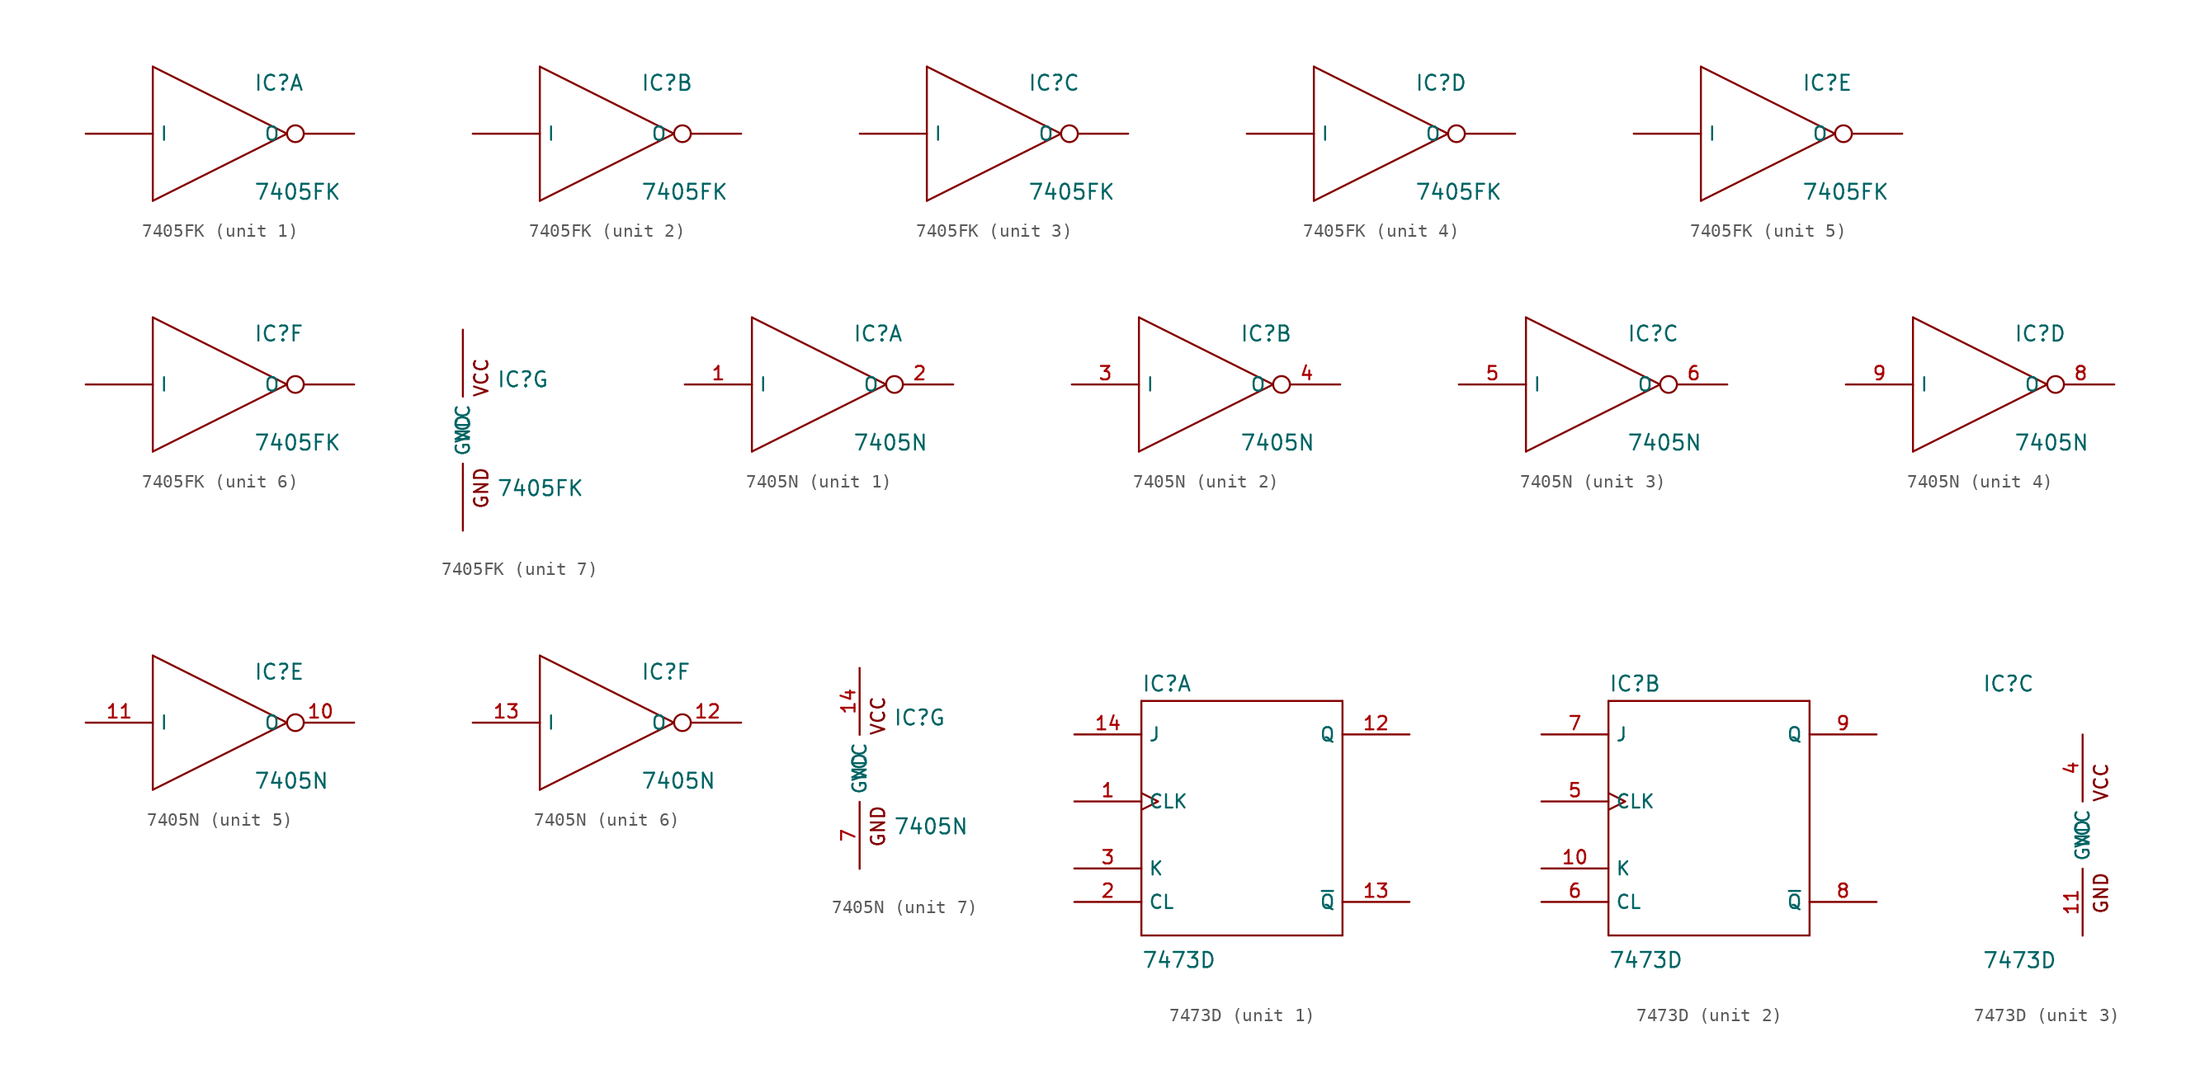
<source format=kicad_sym>
(kicad_symbol_lib
  (version 20201005)
  (generator kicad_symbol_editor)
  (symbol "Zimprich_neu:7405FK"
    (pin_numbers hide)
    (property "Reference" "IC"
      (at 2.54 3.175 0)
      (effects (font (size 1.143 1.143)) (justify left bottom)))
    (property "Value" "7405FK"
      (at 2.54 -5.08 0)
      (effects (font (size 1.143 1.143)) (justify left bottom)))
    (property "ki_locked" ""
      (at 0 0 0)
      (effects (font (size 1.27 1.27))))
    (symbol "7405FK_7_0"
      (text "GND" (at 1.397 -4.394 900) (effects (font (size 1.016 1.016))))
      (text "VCC" (at 1.397 3.988 900) (effects (font (size 1.016 1.016)))))
    (symbol "7405FK_1_0"
      (polyline (pts (xy -5.08 -5.08) (xy -5.08 5.08)) (stroke (width 0)) (fill (type none)))
      (polyline (pts (xy -5.08 5.08) (xy 5.08 0)) (stroke (width 0)) (fill (type none)))
      (polyline (pts (xy 5.08 0) (xy -5.08 -5.08)) (stroke (width 0)) (fill (type none))))
    (symbol "7405FK_2_0"
      (polyline (pts (xy -5.08 -5.08) (xy -5.08 5.08)) (stroke (width 0)) (fill (type none)))
      (polyline (pts (xy -5.08 5.08) (xy 5.08 0)) (stroke (width 0)) (fill (type none)))
      (polyline (pts (xy 5.08 0) (xy -5.08 -5.08)) (stroke (width 0)) (fill (type none))))
    (symbol "7405FK_3_0"
      (polyline (pts (xy -5.08 -5.08) (xy -5.08 5.08)) (stroke (width 0)) (fill (type none)))
      (polyline (pts (xy -5.08 5.08) (xy 5.08 0)) (stroke (width 0)) (fill (type none)))
      (polyline (pts (xy 5.08 0) (xy -5.08 -5.08)) (stroke (width 0)) (fill (type none))))
    (symbol "7405FK_4_0"
      (polyline (pts (xy -5.08 -5.08) (xy -5.08 5.08)) (stroke (width 0)) (fill (type none)))
      (polyline (pts (xy -5.08 5.08) (xy 5.08 0)) (stroke (width 0)) (fill (type none)))
      (polyline (pts (xy 5.08 0) (xy -5.08 -5.08)) (stroke (width 0)) (fill (type none))))
    (symbol "7405FK_5_0"
      (polyline (pts (xy -5.08 -5.08) (xy -5.08 5.08)) (stroke (width 0)) (fill (type none)))
      (polyline (pts (xy -5.08 5.08) (xy 5.08 0)) (stroke (width 0)) (fill (type none)))
      (polyline (pts (xy 5.08 0) (xy -5.08 -5.08)) (stroke (width 0)) (fill (type none))))
    (symbol "7405FK_6_0"
      (polyline (pts (xy -5.08 -5.08) (xy -5.08 5.08)) (stroke (width 0)) (fill (type none)))
      (polyline (pts (xy -5.08 5.08) (xy 5.08 0)) (stroke (width 0)) (fill (type none)))
      (polyline (pts (xy 5.08 0) (xy -5.08 -5.08)) (stroke (width 0)) (fill (type none))))
    (symbol "7405FK_1_1"
      (pin input line (at -10.16 0 0) (length 5.08) (name "I" (effects (font (size 1.016 1.016)))) (number "2" (effects (font (size 1.016 1.016)))))
      (pin open_collector inverted (at 10.16 0 180) (length 5.08) (name "O" (effects (font (size 1.016 1.016)))) (number "3" (effects (font (size 1.016 1.016))))))
    (symbol "7405FK_2_1"
      (pin input line (at -10.16 0 0) (length 5.08) (name "I" (effects (font (size 1.016 1.016)))) (number "4" (effects (font (size 1.016 1.016)))))
      (pin open_collector inverted (at 10.16 0 180) (length 5.08) (name "O" (effects (font (size 1.016 1.016)))) (number "6" (effects (font (size 1.016 1.016))))))
    (symbol "7405FK_3_1"
      (pin input line (at -10.16 0 0) (length 5.08) (name "I" (effects (font (size 1.016 1.016)))) (number "8" (effects (font (size 1.016 1.016)))))
      (pin open_collector inverted (at 10.16 0 180) (length 5.08) (name "O" (effects (font (size 1.016 1.016)))) (number "9" (effects (font (size 1.016 1.016))))))
    (symbol "7405FK_4_1"
      (pin open_collector inverted (at 10.16 0 180) (length 5.08) (name "O" (effects (font (size 1.016 1.016)))) (number "12" (effects (font (size 1.016 1.016)))))
      (pin input line (at -10.16 0 0) (length 5.08) (name "I" (effects (font (size 1.016 1.016)))) (number "13" (effects (font (size 1.016 1.016))))))
    (symbol "7405FK_5_1"
      (pin open_collector inverted (at 10.16 0 180) (length 5.08) (name "O" (effects (font (size 1.016 1.016)))) (number "14" (effects (font (size 1.016 1.016)))))
      (pin input line (at -10.16 0 0) (length 5.08) (name "I" (effects (font (size 1.016 1.016)))) (number "16" (effects (font (size 1.016 1.016))))))
    (symbol "7405FK_6_1"
      (pin open_collector inverted (at 10.16 0 180) (length 5.08) (name "O" (effects (font (size 1.016 1.016)))) (number "18" (effects (font (size 1.016 1.016)))))
      (pin input line (at -10.16 0 0) (length 5.08) (name "I" (effects (font (size 1.016 1.016)))) (number "19" (effects (font (size 1.016 1.016))))))
    (symbol "7405FK_7_1"
      (pin power_in line (at 0 -7.62 90) (length 5.08) (name "GND" (effects (font (size 1.016 1.016)))) (number "10" (effects (font (size 1.016 1.016)))))
      (pin power_in line (at 0 7.62 270) (length 5.08) (name "VCC" (effects (font (size 1.016 1.016)))) (number "20" (effects (font (size 1.016 1.016)))))))
  (symbol "Zimprich_neu:7405N"
    (property "Reference" "IC"
      (at 2.54 3.175 0)
      (effects (font (size 1.143 1.143)) (justify left bottom)))
    (property "Value" "7405N"
      (at 2.54 -5.08 0)
      (effects (font (size 1.143 1.143)) (justify left bottom)))
    (property "ki_locked" ""
      (at 0 0 0)
      (effects (font (size 1.27 1.27))))
    (symbol "7405N_7_0"
      (text "GND" (at 1.397 -4.394 900) (effects (font (size 1.016 1.016))))
      (text "VCC" (at 1.397 3.988 900) (effects (font (size 1.016 1.016)))))
    (symbol "7405N_1_0"
      (polyline (pts (xy -5.08 -5.08) (xy -5.08 5.08)) (stroke (width 0)) (fill (type none)))
      (polyline (pts (xy -5.08 5.08) (xy 5.08 0)) (stroke (width 0)) (fill (type none)))
      (polyline (pts (xy 5.08 0) (xy -5.08 -5.08)) (stroke (width 0)) (fill (type none))))
    (symbol "7405N_2_0"
      (polyline (pts (xy -5.08 -5.08) (xy -5.08 5.08)) (stroke (width 0)) (fill (type none)))
      (polyline (pts (xy -5.08 5.08) (xy 5.08 0)) (stroke (width 0)) (fill (type none)))
      (polyline (pts (xy 5.08 0) (xy -5.08 -5.08)) (stroke (width 0)) (fill (type none))))
    (symbol "7405N_3_0"
      (polyline (pts (xy -5.08 -5.08) (xy -5.08 5.08)) (stroke (width 0)) (fill (type none)))
      (polyline (pts (xy -5.08 5.08) (xy 5.08 0)) (stroke (width 0)) (fill (type none)))
      (polyline (pts (xy 5.08 0) (xy -5.08 -5.08)) (stroke (width 0)) (fill (type none))))
    (symbol "7405N_4_0"
      (polyline (pts (xy -5.08 -5.08) (xy -5.08 5.08)) (stroke (width 0)) (fill (type none)))
      (polyline (pts (xy -5.08 5.08) (xy 5.08 0)) (stroke (width 0)) (fill (type none)))
      (polyline (pts (xy 5.08 0) (xy -5.08 -5.08)) (stroke (width 0)) (fill (type none))))
    (symbol "7405N_5_0"
      (polyline (pts (xy -5.08 -5.08) (xy -5.08 5.08)) (stroke (width 0)) (fill (type none)))
      (polyline (pts (xy -5.08 5.08) (xy 5.08 0)) (stroke (width 0)) (fill (type none)))
      (polyline (pts (xy 5.08 0) (xy -5.08 -5.08)) (stroke (width 0)) (fill (type none))))
    (symbol "7405N_6_0"
      (polyline (pts (xy -5.08 -5.08) (xy -5.08 5.08)) (stroke (width 0)) (fill (type none)))
      (polyline (pts (xy -5.08 5.08) (xy 5.08 0)) (stroke (width 0)) (fill (type none)))
      (polyline (pts (xy 5.08 0) (xy -5.08 -5.08)) (stroke (width 0)) (fill (type none))))
    (symbol "7405N_1_1"
      (pin input line (at -10.16 0 0) (length 5.08) (name "I" (effects (font (size 1.016 1.016)))) (number "1" (effects (font (size 1.016 1.016)))))
      (pin open_collector inverted (at 10.16 0 180) (length 5.08) (name "O" (effects (font (size 1.016 1.016)))) (number "2" (effects (font (size 1.016 1.016))))))
    (symbol "7405N_2_1"
      (pin input line (at -10.16 0 0) (length 5.08) (name "I" (effects (font (size 1.016 1.016)))) (number "3" (effects (font (size 1.016 1.016)))))
      (pin open_collector inverted (at 10.16 0 180) (length 5.08) (name "O" (effects (font (size 1.016 1.016)))) (number "4" (effects (font (size 1.016 1.016))))))
    (symbol "7405N_3_1"
      (pin input line (at -10.16 0 0) (length 5.08) (name "I" (effects (font (size 1.016 1.016)))) (number "5" (effects (font (size 1.016 1.016)))))
      (pin open_collector inverted (at 10.16 0 180) (length 5.08) (name "O" (effects (font (size 1.016 1.016)))) (number "6" (effects (font (size 1.016 1.016))))))
    (symbol "7405N_4_1"
      (pin open_collector inverted (at 10.16 0 180) (length 5.08) (name "O" (effects (font (size 1.016 1.016)))) (number "8" (effects (font (size 1.016 1.016)))))
      (pin input line (at -10.16 0 0) (length 5.08) (name "I" (effects (font (size 1.016 1.016)))) (number "9" (effects (font (size 1.016 1.016))))))
    (symbol "7405N_5_1"
      (pin open_collector inverted (at 10.16 0 180) (length 5.08) (name "O" (effects (font (size 1.016 1.016)))) (number "10" (effects (font (size 1.016 1.016)))))
      (pin input line (at -10.16 0 0) (length 5.08) (name "I" (effects (font (size 1.016 1.016)))) (number "11" (effects (font (size 1.016 1.016))))))
    (symbol "7405N_6_1"
      (pin open_collector inverted (at 10.16 0 180) (length 5.08) (name "O" (effects (font (size 1.016 1.016)))) (number "12" (effects (font (size 1.016 1.016)))))
      (pin input line (at -10.16 0 0) (length 5.08) (name "I" (effects (font (size 1.016 1.016)))) (number "13" (effects (font (size 1.016 1.016))))))
    (symbol "7405N_7_1"
      (pin power_in line (at 0 7.62 270) (length 5.08) (name "VCC" (effects (font (size 1.016 1.016)))) (number "14" (effects (font (size 1.016 1.016)))))
      (pin power_in line (at 0 -7.62 90) (length 5.08) (name "GND" (effects (font (size 1.016 1.016)))) (number "7" (effects (font (size 1.016 1.016)))))))
  (symbol "Zimprich_neu:7473D"
    (property "Reference" "IC"
      (at -7.62 10.795 0)
      (effects (font (size 1.143 1.143)) (justify left bottom)))
    (property "Value" "7473D"
      (at -7.62 -10.16 0)
      (effects (font (size 1.143 1.143)) (justify left bottom)))
    (property "ki_locked" ""
      (at 0 0 0)
      (effects (font (size 1.27 1.27))))
    (symbol "7473D_3_0"
      (text "GND" (at 1.397 -4.394 900) (effects (font (size 1.016 1.016))))
      (text "VCC" (at 1.397 3.988 900) (effects (font (size 1.016 1.016)))))
    (symbol "7473D_1_0"
      (polyline (pts (xy -7.62 -7.62) (xy 7.62 -7.62)) (stroke (width 0)) (fill (type none)))
      (polyline (pts (xy -7.62 10.16) (xy -7.62 -7.62)) (stroke (width 0)) (fill (type none)))
      (polyline (pts (xy 7.62 -7.62) (xy 7.62 10.16)) (stroke (width 0)) (fill (type none)))
      (polyline (pts (xy 7.62 10.16) (xy -7.62 10.16)) (stroke (width 0)) (fill (type none))))
    (symbol "7473D_2_0"
      (polyline (pts (xy -7.62 -7.62) (xy 7.62 -7.62)) (stroke (width 0)) (fill (type none)))
      (polyline (pts (xy -7.62 10.16) (xy -7.62 -7.62)) (stroke (width 0)) (fill (type none)))
      (polyline (pts (xy 7.62 -7.62) (xy 7.62 10.16)) (stroke (width 0)) (fill (type none)))
      (polyline (pts (xy 7.62 10.16) (xy -7.62 10.16)) (stroke (width 0)) (fill (type none))))
    (symbol "7473D_1_1"
      (pin input clock (at -12.7 2.54 0) (length 5.08) (name "CLK" (effects (font (size 1.016 1.016)))) (number "1" (effects (font (size 1.016 1.016)))))
      (pin output line (at 12.7 7.62 180) (length 5.08) (name "Q" (effects (font (size 1.016 1.016)))) (number "12" (effects (font (size 1.016 1.016)))))
      (pin output line (at 12.7 -5.08 180) (length 5.08) (name "~Q" (effects (font (size 1.016 1.016)))) (number "13" (effects (font (size 1.016 1.016)))))
      (pin input line (at -12.7 7.62 0) (length 5.08) (name "J" (effects (font (size 1.016 1.016)))) (number "14" (effects (font (size 1.016 1.016)))))
      (pin input line (at -12.7 -5.08 0) (length 5.08) (name "CL" (effects (font (size 1.016 1.016)))) (number "2" (effects (font (size 1.016 1.016)))))
      (pin input line (at -12.7 -2.54 0) (length 5.08) (name "K" (effects (font (size 1.016 1.016)))) (number "3" (effects (font (size 1.016 1.016))))))
    (symbol "7473D_2_1"
      (pin input line (at -12.7 -2.54 0) (length 5.08) (name "K" (effects (font (size 1.016 1.016)))) (number "10" (effects (font (size 1.016 1.016)))))
      (pin input clock (at -12.7 2.54 0) (length 5.08) (name "CLK" (effects (font (size 1.016 1.016)))) (number "5" (effects (font (size 1.016 1.016)))))
      (pin input line (at -12.7 -5.08 0) (length 5.08) (name "CL" (effects (font (size 1.016 1.016)))) (number "6" (effects (font (size 1.016 1.016)))))
      (pin input line (at -12.7 7.62 0) (length 5.08) (name "J" (effects (font (size 1.016 1.016)))) (number "7" (effects (font (size 1.016 1.016)))))
      (pin output line (at 12.7 -5.08 180) (length 5.08) (name "~Q" (effects (font (size 1.016 1.016)))) (number "8" (effects (font (size 1.016 1.016)))))
      (pin output line (at 12.7 7.62 180) (length 5.08) (name "Q" (effects (font (size 1.016 1.016)))) (number "9" (effects (font (size 1.016 1.016))))))
    (symbol "7473D_3_1"
      (pin power_in line (at 0 -7.62 90) (length 5.08) (name "GND" (effects (font (size 1.016 1.016)))) (number "11" (effects (font (size 1.016 1.016)))))
      (pin power_in line (at 0 7.62 270) (length 5.08) (name "VCC" (effects (font (size 1.016 1.016)))) (number "4" (effects (font (size 1.016 1.016))))))))
</source>
